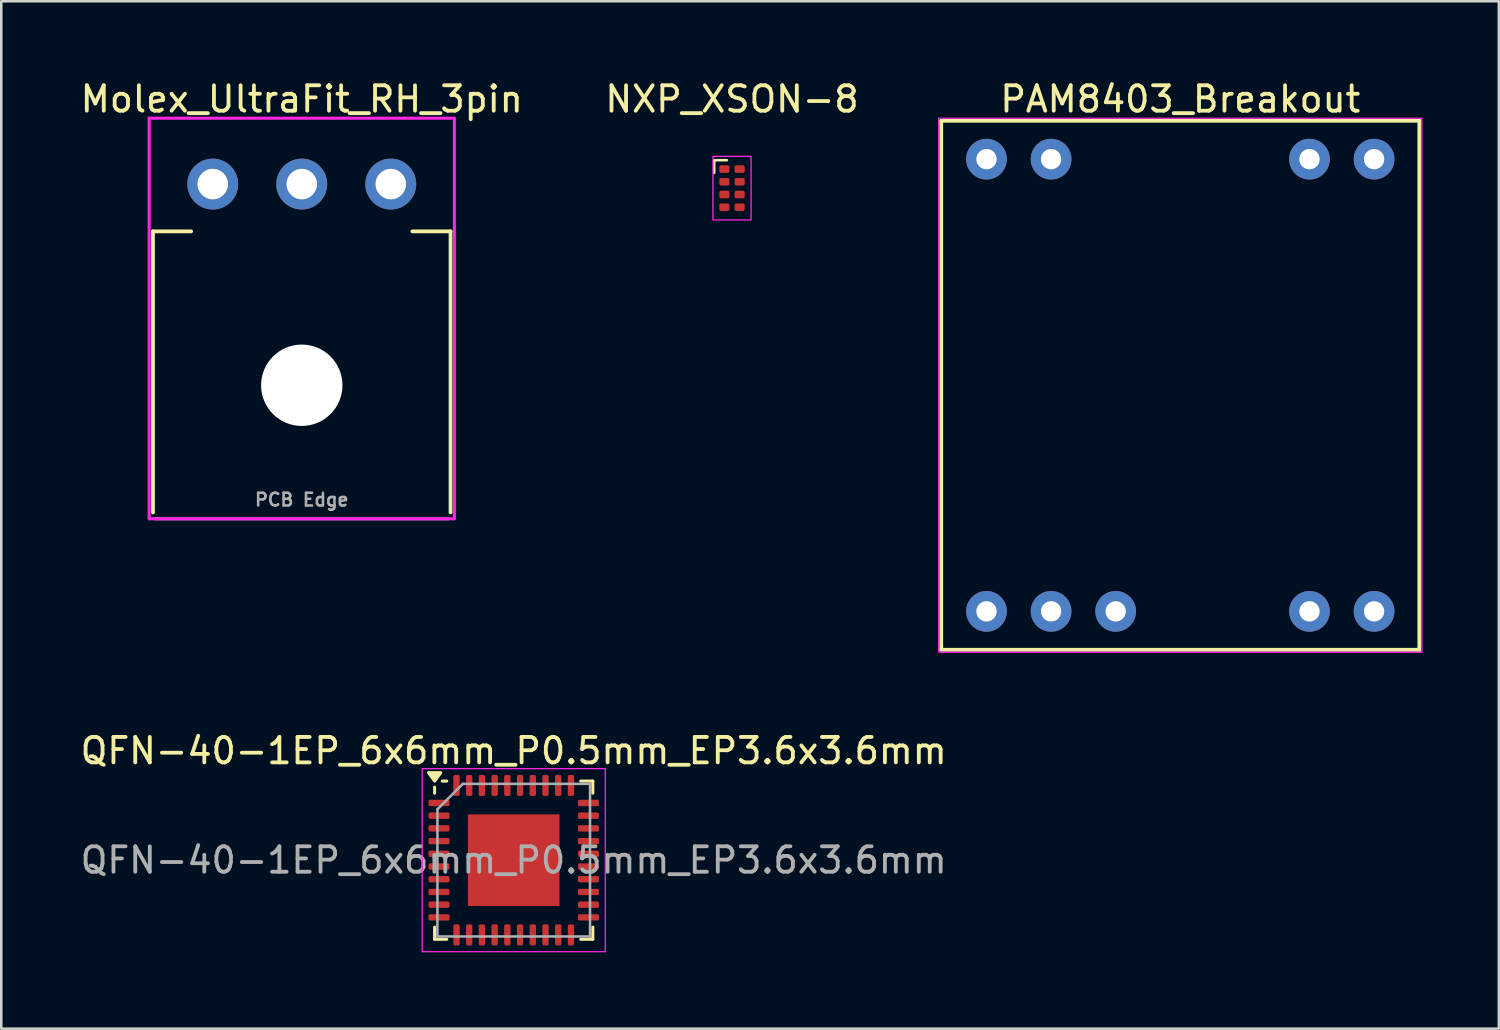
<source format=kicad_pcb>
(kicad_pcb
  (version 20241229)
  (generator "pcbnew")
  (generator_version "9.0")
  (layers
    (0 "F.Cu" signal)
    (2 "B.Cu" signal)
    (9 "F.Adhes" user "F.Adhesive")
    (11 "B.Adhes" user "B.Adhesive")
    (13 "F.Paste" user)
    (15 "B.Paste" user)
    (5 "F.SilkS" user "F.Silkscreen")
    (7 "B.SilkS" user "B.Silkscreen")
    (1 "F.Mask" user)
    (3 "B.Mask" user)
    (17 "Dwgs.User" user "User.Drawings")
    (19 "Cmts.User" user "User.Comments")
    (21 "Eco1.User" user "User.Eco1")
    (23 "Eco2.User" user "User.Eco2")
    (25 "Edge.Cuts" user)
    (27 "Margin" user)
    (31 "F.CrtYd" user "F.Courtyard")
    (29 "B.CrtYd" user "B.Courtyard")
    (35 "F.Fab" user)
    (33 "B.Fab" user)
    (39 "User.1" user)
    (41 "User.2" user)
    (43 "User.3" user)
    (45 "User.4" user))
  (footprint "Molex_UltraFit_RH_3pin"
    (layer "F.Cu")
    (at 8.815 17.348)
    (property "Reference" "Molex_UltraFit_RH_3pin" (at 0 -16.5 0) (layer "F.SilkS") (effects (font (size 1 1) (thickness 0.15))))
    (attr through_hole)
    (fp_line (start -5.85 -0.25) (end -5.85 -11.3) (stroke (width 0.15) (type solid)) (layer "F.SilkS"))
    (fp_line (start -4.35 -11.3) (end -5.85 -11.3) (stroke (width 0.15) (type solid)) (layer "F.SilkS"))
    (fp_line (start 4.35 -11.3) (end 5.85 -11.3) (stroke (width 0.15) (type solid)) (layer "F.SilkS"))
    (fp_line (start 5.85 -0.25) (end 5.85 -11.3) (stroke (width 0.15) (type solid)) (layer "F.SilkS"))
    (fp_line (start -6 -15.75) (end 6 -15.75) (stroke (width 0.12) (type solid)) (layer "F.CrtYd"))
    (fp_line (start -6 0) (end -6 -15.75) (stroke (width 0.12) (type solid)) (layer "F.CrtYd"))
    (fp_line (start 6 -15.75) (end 6 0) (stroke (width 0.12) (type solid)) (layer "F.CrtYd"))
    (fp_line (start 6 0) (end -6 0) (stroke (width 0.12) (type solid)) (layer "F.CrtYd"))
    (fp_line (start -5.75 0) (end 5.75 0) (stroke (width 0.12) (type solid)) (layer "F.Fab"))
    (fp_text user "PCB Edge" (at 0 -0.75 0) (layer "F.Fab") (effects (font (size 0.5 0.5) (thickness 0.1))))
    (pad "" np_thru_hole circle (at 0 -5.25) (size 3.2 3.2) (drill 3.2) (layers "*.Cu" "*.Mask"))
    (pad "1" thru_hole circle (at 3.5 -13.16) (size 2 2) (drill 1.2) (layers "*.Cu" "*.Mask"))
    (pad "2" thru_hole circle (at 0 -13.16) (size 2 2) (drill 1.2) (layers "*.Cu" "*.Mask"))
    (pad "3" thru_hole circle (at -3.5 -13.16) (size 2 2) (drill 1.2) (layers "*.Cu" "*.Mask")))
  (footprint "NXP_XSON-8"
    (layer "F.Cu")
    (at 25.732 4.348)
    (property "Reference" "NXP_XSON-8" (at 0 -3.5 0) (unlocked yes) (layer "F.SilkS") (effects (font (size 1 1) (thickness 0.15))))
    (attr smd)
    (fp_line (start -0.7 -1.1) (end -0.7 -0.6) (stroke (width 0.1) (type solid)) (layer "F.SilkS"))
    (fp_line (start -0.7 -1.1) (end -0.2 -1.1) (stroke (width 0.1) (type solid)) (layer "F.SilkS"))
    (fp_rect (start -0.75 -1.25) (end 0.75 1.25) (stroke (width 0.05) (type solid)) (fill no) (layer "F.CrtYd"))
    (pad "1" smd roundrect (at -0.3 -0.75) (size 0.4 0.3) (layers "F.Cu" "F.Mask" "F.Paste") (roundrect_rratio 0.25))
    (pad "2" smd roundrect (at -0.3 -0.25) (size 0.4 0.3) (layers "F.Cu" "F.Mask" "F.Paste") (roundrect_rratio 0.25))
    (pad "3" smd roundrect (at -0.3 0.25) (size 0.4 0.3) (layers "F.Cu" "F.Mask" "F.Paste") (roundrect_rratio 0.25))
    (pad "4" smd roundrect (at -0.3 0.75) (size 0.4 0.3) (layers "F.Cu" "F.Mask" "F.Paste") (roundrect_rratio 0.25))
    (pad "5" smd roundrect (at 0.3 0.75) (size 0.4 0.3) (layers "F.Cu" "F.Mask" "F.Paste") (roundrect_rratio 0.25))
    (pad "6" smd roundrect (at 0.3 0.25) (size 0.4 0.3) (layers "F.Cu" "F.Mask" "F.Paste") (roundrect_rratio 0.25))
    (pad "7" smd roundrect (at 0.3 -0.25) (size 0.4 0.3) (layers "F.Cu" "F.Mask" "F.Paste") (roundrect_rratio 0.25))
    (pad "8" smd roundrect (at 0.3 -0.75) (size 0.4 0.3) (layers "F.Cu" "F.Mask" "F.Paste") (roundrect_rratio 0.25)))
  (footprint "QFN-40-1EP_6x6mm_P0.5mm_EP3.6x3.6mm"
    (layer "F.Cu")
    (at 17.149 30.771)
    (property "Reference" "QFN-40-1EP_6x6mm_P0.5mm_EP3.6x3.6mm" (at 0 -4.3 0) (layer "F.SilkS") (effects (font (size 1 1) (thickness 0.15))))
    (attr smd)
    (fp_line (start -3.11 -2.635) (end -3.11 -2.87) (stroke (width 0.12) (type solid)) (layer "F.SilkS"))
    (fp_line (start -3.11 3.11) (end -3.11 2.635) (stroke (width 0.12) (type solid)) (layer "F.SilkS"))
    (fp_line (start -2.635 -3.11) (end -2.81 -3.11) (stroke (width 0.12) (type solid)) (layer "F.SilkS"))
    (fp_line (start -2.635 3.11) (end -3.11 3.11) (stroke (width 0.12) (type solid)) (layer "F.SilkS"))
    (fp_line (start 2.635 -3.11) (end 3.11 -3.11) (stroke (width 0.12) (type solid)) (layer "F.SilkS"))
    (fp_line (start 2.635 3.11) (end 3.11 3.11) (stroke (width 0.12) (type solid)) (layer "F.SilkS"))
    (fp_line (start 3.11 -3.11) (end 3.11 -2.635) (stroke (width 0.12) (type solid)) (layer "F.SilkS"))
    (fp_line (start 3.11 3.11) (end 3.11 2.635) (stroke (width 0.12) (type solid)) (layer "F.SilkS"))
    (fp_poly (pts (xy -3.11 -3.11) (xy -3.35 -3.44) (xy -2.87 -3.44) (xy -3.11 -3.11)) (stroke (width 0.12) (type solid)) (fill yes) (layer "F.SilkS"))
    (fp_line (start -3.6 -3.6) (end -3.6 3.6) (stroke (width 0.05) (type solid)) (layer "F.CrtYd"))
    (fp_line (start -3.6 3.6) (end 3.6 3.6) (stroke (width 0.05) (type solid)) (layer "F.CrtYd"))
    (fp_line (start 3.6 -3.6) (end -3.6 -3.6) (stroke (width 0.05) (type solid)) (layer "F.CrtYd"))
    (fp_line (start 3.6 3.6) (end 3.6 -3.6) (stroke (width 0.05) (type solid)) (layer "F.CrtYd"))
    (fp_line (start -3 -2) (end -2 -3) (stroke (width 0.1) (type solid)) (layer "F.Fab"))
    (fp_line (start -3 3) (end -3 -2) (stroke (width 0.1) (type solid)) (layer "F.Fab"))
    (fp_line (start -2 -3) (end 3 -3) (stroke (width 0.1) (type solid)) (layer "F.Fab"))
    (fp_line (start 3 -3) (end 3 3) (stroke (width 0.1) (type solid)) (layer "F.Fab"))
    (fp_line (start 3 3) (end -3 3) (stroke (width 0.1) (type solid)) (layer "F.Fab"))
    (fp_text user "${REFERENCE}" (at 0 0 0) (layer "F.Fab") (effects (font (size 1 1) (thickness 0.15))))
    (pad "" smd roundrect (at -1 -1) (size 0.93 0.93) (layers "F.Paste") (roundrect_rratio 0.25))
    (pad "" smd roundrect (at -1 0) (size 0.93 0.93) (layers "F.Paste") (roundrect_rratio 0.25))
    (pad "" smd roundrect (at -1 1) (size 0.93 0.93) (layers "F.Paste") (roundrect_rratio 0.25))
    (pad "" smd roundrect (at 0 -1) (size 0.93 0.93) (layers "F.Paste") (roundrect_rratio 0.25))
    (pad "" smd roundrect (at 0 0) (size 0.93 0.93) (layers "F.Paste") (roundrect_rratio 0.25))
    (pad "" smd roundrect (at 0 1) (size 0.93 0.93) (layers "F.Paste") (roundrect_rratio 0.25))
    (pad "" smd roundrect (at 1 -1) (size 0.93 0.93) (layers "F.Paste") (roundrect_rratio 0.25))
    (pad "" smd roundrect (at 1 0) (size 0.93 0.93) (layers "F.Paste") (roundrect_rratio 0.25))
    (pad "" smd roundrect (at 1 1) (size 0.93 0.93) (layers "F.Paste") (roundrect_rratio 0.25))
    (pad "1" smd roundrect (at -2.938 -2.25) (size 0.825 0.25) (layers "F.Cu" "F.Mask" "F.Paste") (roundrect_rratio 0.25))
    (pad "2" smd roundrect (at -2.938 -1.75) (size 0.825 0.25) (layers "F.Cu" "F.Mask" "F.Paste") (roundrect_rratio 0.25))
    (pad "3" smd roundrect (at -2.938 -1.25) (size 0.825 0.25) (layers "F.Cu" "F.Mask" "F.Paste") (roundrect_rratio 0.25))
    (pad "4" smd roundrect (at -2.938 -0.75) (size 0.825 0.25) (layers "F.Cu" "F.Mask" "F.Paste") (roundrect_rratio 0.25))
    (pad "5" smd roundrect (at -2.938 -0.25) (size 0.825 0.25) (layers "F.Cu" "F.Mask" "F.Paste") (roundrect_rratio 0.25))
    (pad "6" smd roundrect (at -2.938 0.25) (size 0.825 0.25) (layers "F.Cu" "F.Mask" "F.Paste") (roundrect_rratio 0.25))
    (pad "7" smd roundrect (at -2.938 0.75) (size 0.825 0.25) (layers "F.Cu" "F.Mask" "F.Paste") (roundrect_rratio 0.25))
    (pad "8" smd roundrect (at -2.938 1.25) (size 0.825 0.25) (layers "F.Cu" "F.Mask" "F.Paste") (roundrect_rratio 0.25))
    (pad "9" smd roundrect (at -2.938 1.75) (size 0.825 0.25) (layers "F.Cu" "F.Mask" "F.Paste") (roundrect_rratio 0.25))
    (pad "10" smd roundrect (at -2.938 2.25) (size 0.825 0.25) (layers "F.Cu" "F.Mask" "F.Paste") (roundrect_rratio 0.25))
    (pad "11" smd roundrect (at -2.25 2.938) (size 0.25 0.825) (layers "F.Cu" "F.Mask" "F.Paste") (roundrect_rratio 0.25))
    (pad "12" smd roundrect (at -1.75 2.938) (size 0.25 0.825) (layers "F.Cu" "F.Mask" "F.Paste") (roundrect_rratio 0.25))
    (pad "13" smd roundrect (at -1.25 2.938) (size 0.25 0.825) (layers "F.Cu" "F.Mask" "F.Paste") (roundrect_rratio 0.25))
    (pad "14" smd roundrect (at -0.75 2.938) (size 0.25 0.825) (layers "F.Cu" "F.Mask" "F.Paste") (roundrect_rratio 0.25))
    (pad "15" smd roundrect (at -0.25 2.938) (size 0.25 0.825) (layers "F.Cu" "F.Mask" "F.Paste") (roundrect_rratio 0.25))
    (pad "16" smd roundrect (at 0.25 2.938) (size 0.25 0.825) (layers "F.Cu" "F.Mask" "F.Paste") (roundrect_rratio 0.25))
    (pad "17" smd roundrect (at 0.75 2.938) (size 0.25 0.825) (layers "F.Cu" "F.Mask" "F.Paste") (roundrect_rratio 0.25))
    (pad "18" smd roundrect (at 1.25 2.938) (size 0.25 0.825) (layers "F.Cu" "F.Mask" "F.Paste") (roundrect_rratio 0.25))
    (pad "19" smd roundrect (at 1.75 2.938) (size 0.25 0.825) (layers "F.Cu" "F.Mask" "F.Paste") (roundrect_rratio 0.25))
    (pad "20" smd roundrect (at 2.25 2.938) (size 0.25 0.825) (layers "F.Cu" "F.Mask" "F.Paste") (roundrect_rratio 0.25))
    (pad "21" smd roundrect (at 2.938 2.25) (size 0.825 0.25) (layers "F.Cu" "F.Mask" "F.Paste") (roundrect_rratio 0.25))
    (pad "22" smd roundrect (at 2.938 1.75) (size 0.825 0.25) (layers "F.Cu" "F.Mask" "F.Paste") (roundrect_rratio 0.25))
    (pad "23" smd roundrect (at 2.938 1.25) (size 0.825 0.25) (layers "F.Cu" "F.Mask" "F.Paste") (roundrect_rratio 0.25))
    (pad "24" smd roundrect (at 2.938 0.75) (size 0.825 0.25) (layers "F.Cu" "F.Mask" "F.Paste") (roundrect_rratio 0.25))
    (pad "25" smd roundrect (at 2.938 0.25) (size 0.825 0.25) (layers "F.Cu" "F.Mask" "F.Paste") (roundrect_rratio 0.25))
    (pad "26" smd roundrect (at 2.938 -0.25) (size 0.825 0.25) (layers "F.Cu" "F.Mask" "F.Paste") (roundrect_rratio 0.25))
    (pad "27" smd roundrect (at 2.938 -0.75) (size 0.825 0.25) (layers "F.Cu" "F.Mask" "F.Paste") (roundrect_rratio 0.25))
    (pad "28" smd roundrect (at 2.938 -1.25) (size 0.825 0.25) (layers "F.Cu" "F.Mask" "F.Paste") (roundrect_rratio 0.25))
    (pad "29" smd roundrect (at 2.938 -1.75) (size 0.825 0.25) (layers "F.Cu" "F.Mask" "F.Paste") (roundrect_rratio 0.25))
    (pad "30" smd roundrect (at 2.938 -2.25) (size 0.825 0.25) (layers "F.Cu" "F.Mask" "F.Paste") (roundrect_rratio 0.25))
    (pad "31" smd roundrect (at 2.25 -2.938) (size 0.25 0.825) (layers "F.Cu" "F.Mask" "F.Paste") (roundrect_rratio 0.25))
    (pad "32" smd roundrect (at 1.75 -2.938) (size 0.25 0.825) (layers "F.Cu" "F.Mask" "F.Paste") (roundrect_rratio 0.25))
    (pad "33" smd roundrect (at 1.25 -2.938) (size 0.25 0.825) (layers "F.Cu" "F.Mask" "F.Paste") (roundrect_rratio 0.25))
    (pad "34" smd roundrect (at 0.75 -2.938) (size 0.25 0.825) (layers "F.Cu" "F.Mask" "F.Paste") (roundrect_rratio 0.25))
    (pad "35" smd roundrect (at 0.25 -2.938) (size 0.25 0.825) (layers "F.Cu" "F.Mask" "F.Paste") (roundrect_rratio 0.25))
    (pad "36" smd roundrect (at -0.25 -2.938) (size 0.25 0.825) (layers "F.Cu" "F.Mask" "F.Paste") (roundrect_rratio 0.25))
    (pad "37" smd roundrect (at -0.75 -2.938) (size 0.25 0.825) (layers "F.Cu" "F.Mask" "F.Paste") (roundrect_rratio 0.25))
    (pad "38" smd roundrect (at -1.25 -2.938) (size 0.25 0.825) (layers "F.Cu" "F.Mask" "F.Paste") (roundrect_rratio 0.25))
    (pad "39" smd roundrect (at -1.75 -2.938) (size 0.25 0.825) (layers "F.Cu" "F.Mask" "F.Paste") (roundrect_rratio 0.25))
    (pad "40" smd roundrect (at -2.25 -2.938) (size 0.25 0.825) (layers "F.Cu" "F.Mask" "F.Paste") (roundrect_rratio 0.25))
    (pad "41" smd rect (at 0 0) (size 3.6 3.6) (property pad_prop_heatsink) (layers "F.Cu" "F.Mask")))
  (footprint "PAM8403_Breakout"
    (layer "F.Cu")
    (at 43.358 12.098)
    (property "Reference" "PAM8403_Breakout" (at 0 -11.25 0) (layer "F.SilkS") (effects (font (size 1 1) (thickness 0.15))))
    (attr through_hole)
    (fp_line (start -9.4 -10.4) (end -9.4 10.4) (stroke (width 0.15) (type solid)) (layer "F.SilkS"))
    (fp_line (start -9.4 10.4) (end 9.4 10.4) (stroke (width 0.15) (type solid)) (layer "F.SilkS"))
    (fp_line (start 9.4 -10.4) (end -9.4 -10.4) (stroke (width 0.15) (type solid)) (layer "F.SilkS"))
    (fp_line (start 9.4 10.4) (end 9.4 -10.4) (stroke (width 0.15) (type solid)) (layer "F.SilkS"))
    (fp_rect (start -9.5 -10.5) (end 9.5 10.5) (stroke (width 0.05) (type default)) (fill no) (layer "F.CrtYd"))
    (pad "1" thru_hole circle (at 7.62 -8.89) (size 1.6 1.6) (drill 0.8) (layers "*.Cu" "*.Mask"))
    (pad "2" thru_hole circle (at 5.08 -8.89) (size 1.6 1.6) (drill 0.8) (layers "*.Cu" "*.Mask"))
    (pad "3" thru_hole circle (at -5.08 -8.89) (size 1.6 1.6) (drill 0.8) (layers "*.Cu" "*.Mask"))
    (pad "4" thru_hole circle (at -7.62 -8.89) (size 1.6 1.6) (drill 0.8) (layers "*.Cu" "*.Mask"))
    (pad "5" thru_hole circle (at -7.62 8.89) (size 1.6 1.6) (drill 0.8) (layers "*.Cu" "*.Mask"))
    (pad "6" thru_hole circle (at -5.08 8.89) (size 1.6 1.6) (drill 0.8) (layers "*.Cu" "*.Mask"))
    (pad "7" thru_hole circle (at -2.54 8.89) (size 1.6 1.6) (drill 0.8) (layers "*.Cu" "*.Mask"))
    (pad "8" thru_hole circle (at 5.08 8.89) (size 1.6 1.6) (drill 0.8) (layers "*.Cu" "*.Mask"))
    (pad "9" thru_hole circle (at 7.62 8.89) (size 1.6 1.6) (drill 0.8) (layers "*.Cu" "*.Mask")))
  (gr_rect
    (start -3 -3)
    (end 55.883 37.397)
    (stroke (width 0.1) (type default))
    (fill no)
    (layer "Edge.Cuts")))
</source>
